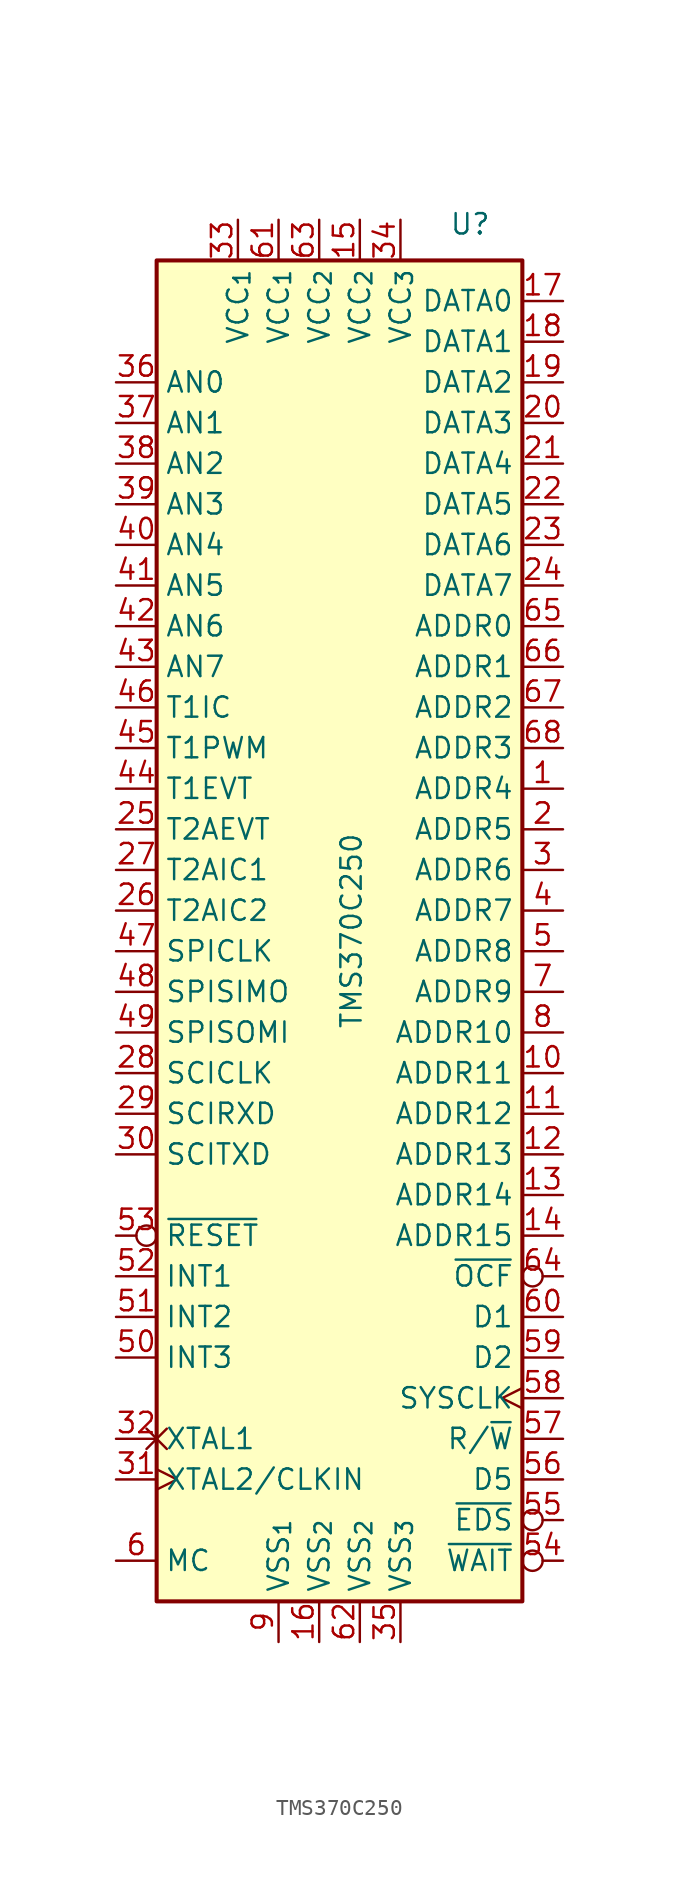
<source format=kicad_sym>
(kicad_symbol_lib
  (version 20231120)
  (generator "kicad_symbol_editor")
  (generator_version "8.0")
  (symbol "TMS370C250"
    (property "Reference" "U"
      (at 6.858 43.434 0)
      (effects (font (size 1.27 1.27)) (justify left bottom)))
    (property "Value" "TMS370C250"
      (at 0 0 90)
      (effects (font (size 1.27 1.27)) (justify top)))
    (symbol "TMS370C250_0_1"
      (rectangle (start -11.43 41.91) (end 11.43 -41.91) (stroke (width 0.254) (type default)) (fill (type background))))
    (symbol "TMS370C250_1_0"
      (pin output line (at 13.97 8.89 180) (length 2.54) (name "ADDR4" (effects (font (size 1.27 1.27)))) (number "1" (effects (font (size 1.27 1.27)))))
      (pin power_in line (at 1.27 44.45 270) (length 2.54) (name "VCC_{2}" (effects (font (size 1.27 1.27)))) (number "15" (effects (font (size 1.27 1.27)))))
      (pin power_in line (at -1.27 -44.45 90) (length 2.54) (name "VSS_{2}" (effects (font (size 1.27 1.27)))) (number "16" (effects (font (size 1.27 1.27)))))
      (pin output line (at 13.97 6.35 180) (length 2.54) (name "ADDR5" (effects (font (size 1.27 1.27)))) (number "2" (effects (font (size 1.27 1.27)))))
      (pin bidirectional line (at -13.97 1.27 0) (length 2.54) (name "T2AIC2" (effects (font (size 1.27 1.27)))) (number "26" (effects (font (size 1.27 1.27)))))
      (pin bidirectional line (at -13.97 3.81 0) (length 2.54) (name "T2AIC1" (effects (font (size 1.27 1.27)))) (number "27" (effects (font (size 1.27 1.27)))))
      (pin bidirectional line (at -13.97 -8.89 0) (length 2.54) (name "SCICLK" (effects (font (size 1.27 1.27)))) (number "28" (effects (font (size 1.27 1.27)))))
      (pin bidirectional line (at -13.97 -11.43 0) (length 2.54) (name "SCIRXD" (effects (font (size 1.27 1.27)))) (number "29" (effects (font (size 1.27 1.27)))))
      (pin output line (at 13.97 3.81 180) (length 2.54) (name "ADDR6" (effects (font (size 1.27 1.27)))) (number "3" (effects (font (size 1.27 1.27)))))
      (pin bidirectional line (at -13.97 -13.97 0) (length 2.54) (name "SCITXD" (effects (font (size 1.27 1.27)))) (number "30" (effects (font (size 1.27 1.27)))))
      (pin power_in line (at -6.35 44.45 270) (length 2.54) (name "VCC_{1}" (effects (font (size 1.27 1.27)))) (number "33" (effects (font (size 1.27 1.27)))))
      (pin power_in line (at 3.81 44.45 270) (length 2.54) (name "VCC_{3}" (effects (font (size 1.27 1.27)))) (number "34" (effects (font (size 1.27 1.27)))))
      (pin power_in line (at 3.81 -44.45 90) (length 2.54) (name "VSS_{3}" (effects (font (size 1.27 1.27)))) (number "35" (effects (font (size 1.27 1.27)))))
      (pin output line (at 13.97 1.27 180) (length 2.54) (name "ADDR7" (effects (font (size 1.27 1.27)))) (number "4" (effects (font (size 1.27 1.27)))))
      (pin bidirectional line (at -13.97 8.89 0) (length 2.54) (name "T1EVT" (effects (font (size 1.27 1.27)))) (number "44" (effects (font (size 1.27 1.27)))))
      (pin bidirectional line (at -13.97 11.43 0) (length 2.54) (name "T1PWM" (effects (font (size 1.27 1.27)))) (number "45" (effects (font (size 1.27 1.27)))))
      (pin bidirectional line (at -13.97 13.97 0) (length 2.54) (name "T1IC" (effects (font (size 1.27 1.27)))) (number "46" (effects (font (size 1.27 1.27)))))
      (pin bidirectional line (at -13.97 -1.27 0) (length 2.54) (name "SPICLK" (effects (font (size 1.27 1.27)))) (number "47" (effects (font (size 1.27 1.27)))))
      (pin bidirectional line (at -13.97 -3.81 0) (length 2.54) (name "SPISIMO" (effects (font (size 1.27 1.27)))) (number "48" (effects (font (size 1.27 1.27)))))
      (pin bidirectional line (at -13.97 -6.35 0) (length 2.54) (name "SPISOMI" (effects (font (size 1.27 1.27)))) (number "49" (effects (font (size 1.27 1.27)))))
      (pin input line (at -13.97 -24.13 0) (length 2.54) (name "INT2" (effects (font (size 1.27 1.27)))) (number "51" (effects (font (size 1.27 1.27)))))
      (pin power_in line (at -3.81 44.45 270) (length 2.54) (name "VCC_{1}" (effects (font (size 1.27 1.27)))) (number "61" (effects (font (size 1.27 1.27)))))
      (pin power_in line (at 1.27 -44.45 90) (length 2.54) (name "VSS_{2}" (effects (font (size 1.27 1.27)))) (number "62" (effects (font (size 1.27 1.27)))))
      (pin power_in line (at -1.27 44.45 270) (length 2.54) (name "VCC_{2}" (effects (font (size 1.27 1.27)))) (number "63" (effects (font (size 1.27 1.27)))))
      (pin output line (at 13.97 19.05 180) (length 2.54) (name "ADDR0" (effects (font (size 1.27 1.27)))) (number "65" (effects (font (size 1.27 1.27)))))
      (pin output line (at 13.97 16.51 180) (length 2.54) (name "ADDR1" (effects (font (size 1.27 1.27)))) (number "66" (effects (font (size 1.27 1.27)))))
      (pin output line (at 13.97 13.97 180) (length 2.54) (name "ADDR2" (effects (font (size 1.27 1.27)))) (number "67" (effects (font (size 1.27 1.27)))))
      (pin output line (at 13.97 11.43 180) (length 2.54) (name "ADDR3" (effects (font (size 1.27 1.27)))) (number "68" (effects (font (size 1.27 1.27)))))
      (pin power_in line (at -3.81 -44.45 90) (length 2.54) (name "VSS_{1}" (effects (font (size 1.27 1.27)))) (number "9" (effects (font (size 1.27 1.27))))))
    (symbol "TMS370C250_1_1"
      (pin output line (at 13.97 -8.89 180) (length 2.54) (name "ADDR11" (effects (font (size 1.27 1.27)))) (number "10" (effects (font (size 1.27 1.27)))))
      (pin output line (at 13.97 -11.43 180) (length 2.54) (name "ADDR12" (effects (font (size 1.27 1.27)))) (number "11" (effects (font (size 1.27 1.27)))))
      (pin output line (at 13.97 -13.97 180) (length 2.54) (name "ADDR13" (effects (font (size 1.27 1.27)))) (number "12" (effects (font (size 1.27 1.27)))))
      (pin output line (at 13.97 -16.51 180) (length 2.54) (name "ADDR14" (effects (font (size 1.27 1.27)))) (number "13" (effects (font (size 1.27 1.27)))))
      (pin output line (at 13.97 -19.05 180) (length 2.54) (name "ADDR15" (effects (font (size 1.27 1.27)))) (number "14" (effects (font (size 1.27 1.27)))))
      (pin bidirectional line (at 13.97 39.37 180) (length 2.54) (name "DATA0" (effects (font (size 1.27 1.27)))) (number "17" (effects (font (size 1.27 1.27)))))
      (pin bidirectional line (at 13.97 36.83 180) (length 2.54) (name "DATA1" (effects (font (size 1.27 1.27)))) (number "18" (effects (font (size 1.27 1.27)))))
      (pin bidirectional line (at 13.97 34.29 180) (length 2.54) (name "DATA2" (effects (font (size 1.27 1.27)))) (number "19" (effects (font (size 1.27 1.27)))))
      (pin bidirectional line (at 13.97 31.75 180) (length 2.54) (name "DATA3" (effects (font (size 1.27 1.27)))) (number "20" (effects (font (size 1.27 1.27)))))
      (pin bidirectional line (at 13.97 29.21 180) (length 2.54) (name "DATA4" (effects (font (size 1.27 1.27)))) (number "21" (effects (font (size 1.27 1.27)))))
      (pin bidirectional line (at 13.97 26.67 180) (length 2.54) (name "DATA5" (effects (font (size 1.27 1.27)))) (number "22" (effects (font (size 1.27 1.27)))))
      (pin bidirectional line (at 13.97 24.13 180) (length 2.54) (name "DATA6" (effects (font (size 1.27 1.27)))) (number "23" (effects (font (size 1.27 1.27)))))
      (pin bidirectional line (at 13.97 21.59 180) (length 2.54) (name "DATA7" (effects (font (size 1.27 1.27)))) (number "24" (effects (font (size 1.27 1.27)))))
      (pin bidirectional line (at -13.97 6.35 0) (length 2.54) (name "T2AEVT" (effects (font (size 1.27 1.27)))) (number "25" (effects (font (size 1.27 1.27)))))
      (pin input clock (at -13.97 -34.29 0) (length 2.54) (name "XTAL2/CLKIN" (effects (font (size 1.27 1.27)))) (number "31" (effects (font (size 1.27 1.27)))))
      (pin output non_logic (at -13.97 -31.75 0) (length 2.54) (name "XTAL1" (effects (font (size 1.27 1.27)))) (number "32" (effects (font (size 1.27 1.27)))))
      (pin input line (at -13.97 34.29 0) (length 2.54) (name "AN0" (effects (font (size 1.27 1.27)))) (number "36" (effects (font (size 1.27 1.27)))))
      (pin input line (at -13.97 31.75 0) (length 2.54) (name "AN1" (effects (font (size 1.27 1.27)))) (number "37" (effects (font (size 1.27 1.27)))))
      (pin input line (at -13.97 29.21 0) (length 2.54) (name "AN2" (effects (font (size 1.27 1.27)))) (number "38" (effects (font (size 1.27 1.27)))))
      (pin input line (at -13.97 26.67 0) (length 2.54) (name "AN3" (effects (font (size 1.27 1.27)))) (number "39" (effects (font (size 1.27 1.27)))))
      (pin input line (at -13.97 24.13 0) (length 2.54) (name "AN4" (effects (font (size 1.27 1.27)))) (number "40" (effects (font (size 1.27 1.27)))))
      (pin input line (at -13.97 21.59 0) (length 2.54) (name "AN5" (effects (font (size 1.27 1.27)))) (number "41" (effects (font (size 1.27 1.27)))))
      (pin input line (at -13.97 19.05 0) (length 2.54) (name "AN6" (effects (font (size 1.27 1.27)))) (number "42" (effects (font (size 1.27 1.27)))))
      (pin input line (at -13.97 16.51 0) (length 2.54) (name "AN7" (effects (font (size 1.27 1.27)))) (number "43" (effects (font (size 1.27 1.27)))))
      (pin output line (at 13.97 -1.27 180) (length 2.54) (name "ADDR8" (effects (font (size 1.27 1.27)))) (number "5" (effects (font (size 1.27 1.27)))))
      (pin input line (at -13.97 -26.67 0) (length 2.54) (name "INT3" (effects (font (size 1.27 1.27)))) (number "50" (effects (font (size 1.27 1.27)))))
      (pin input line (at -13.97 -21.59 0) (length 2.54) (name "INT1" (effects (font (size 1.27 1.27)))) (number "52" (effects (font (size 1.27 1.27)))))
      (pin input inverted (at -13.97 -19.05 0) (length 2.54) (name "~{RESET}" (effects (font (size 1.27 1.27)))) (number "53" (effects (font (size 1.27 1.27)))))
      (pin input inverted (at 13.97 -39.37 180) (length 2.54) (name "~{WAIT}" (effects (font (size 1.27 1.27)))) (number "54" (effects (font (size 1.27 1.27)))))
      (pin output inverted (at 13.97 -36.83 180) (length 2.54) (name "~{EDS}" (effects (font (size 1.27 1.27)))) (number "55" (effects (font (size 1.27 1.27)))))
      (pin bidirectional line (at 13.97 -34.29 180) (length 2.54) (name "D5" (effects (font (size 1.27 1.27)))) (number "56" (effects (font (size 1.27 1.27)))))
      (pin output line (at 13.97 -31.75 180) (length 2.54) (name "R/~{W}" (effects (font (size 1.27 1.27)))) (number "57" (effects (font (size 1.27 1.27)))))
      (pin output clock (at 13.97 -29.21 180) (length 2.54) (name "SYSCLK" (effects (font (size 1.27 1.27)))) (number "58" (effects (font (size 1.27 1.27)))))
      (pin bidirectional line (at 13.97 -26.67 180) (length 2.54) (name "D2" (effects (font (size 1.27 1.27)))) (number "59" (effects (font (size 1.27 1.27)))))
      (pin input line (at -13.97 -39.37 0) (length 2.54) (name "MC" (effects (font (size 1.27 1.27)))) (number "6" (effects (font (size 1.27 1.27)))))
      (pin bidirectional line (at 13.97 -24.13 180) (length 2.54) (name "D1" (effects (font (size 1.27 1.27)))) (number "60" (effects (font (size 1.27 1.27)))))
      (pin output inverted (at 13.97 -21.59 180) (length 2.54) (name "~{OCF}" (effects (font (size 1.27 1.27)))) (number "64" (effects (font (size 1.27 1.27)))))
      (pin output line (at 13.97 -3.81 180) (length 2.54) (name "ADDR9" (effects (font (size 1.27 1.27)))) (number "7" (effects (font (size 1.27 1.27)))))
      (pin output line (at 13.97 -6.35 180) (length 2.54) (name "ADDR10" (effects (font (size 1.27 1.27)))) (number "8" (effects (font (size 1.27 1.27))))))))
</source>
